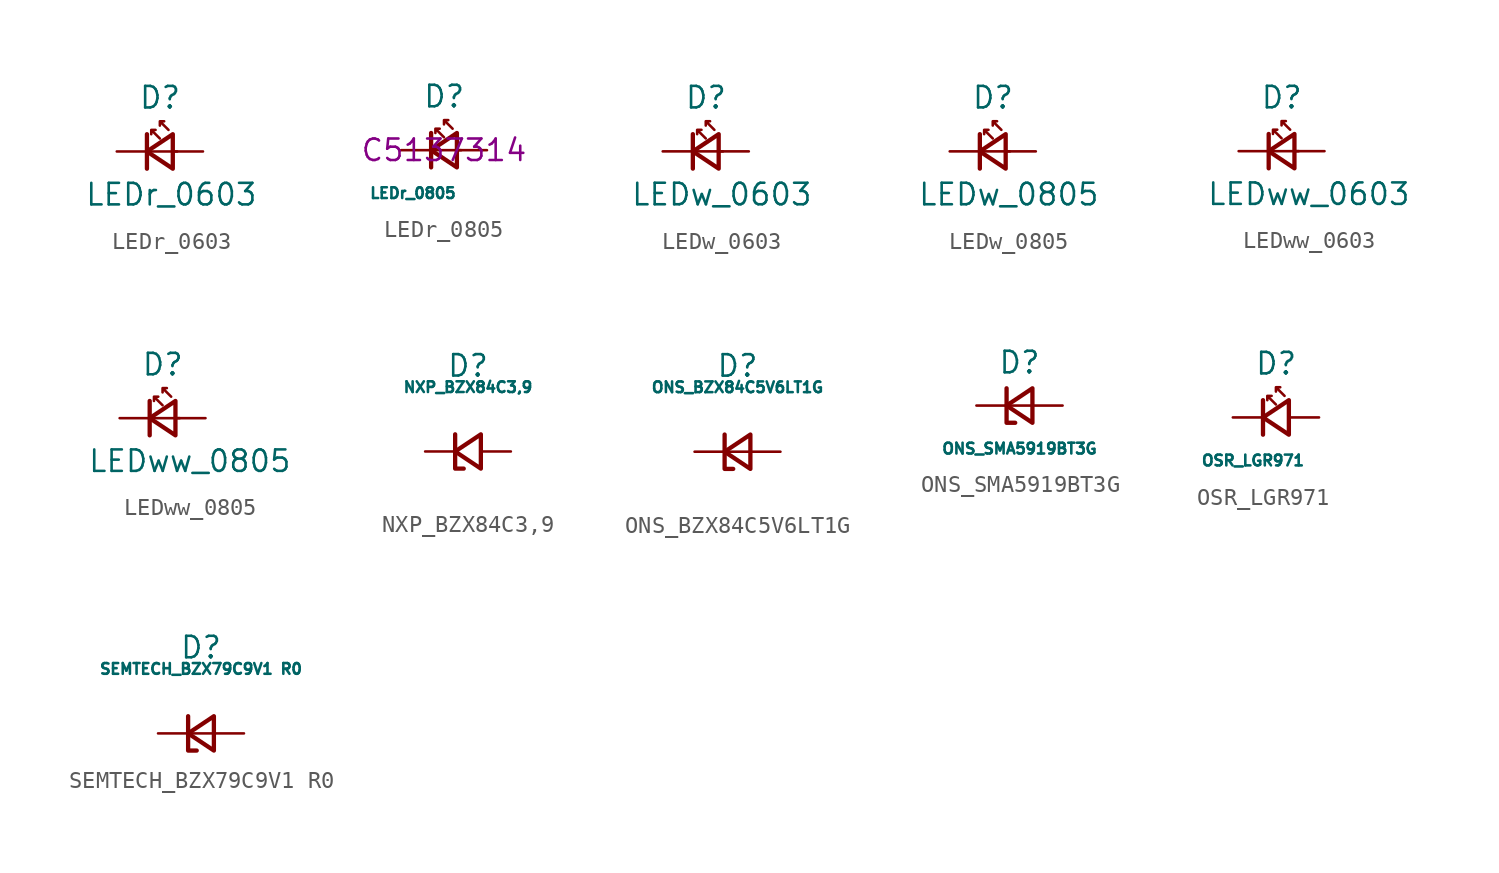
<source format=kicad_sym>
(kicad_symbol_lib
  (version 20220914)
  (generator kicad_symbol_editor)
  (symbol "LEDr_0603"
    (pin_numbers hide)
    (pin_names
      (offset 0.254) hide)
    (property "Reference" "D"
      (at -1.27 3.175 0)
      (effects (font (size 1.27 1.27)) (justify left)))
    (property "Value" "LEDr_0603"
      (at -4.445 -2.54 0)
      (effects (font (size 1.27 1.27)) (justify left)))
    (symbol "LEDr_0603_0_1"
      (polyline (pts (xy -0.762 -1.016) (xy -0.762 1.016)) (stroke (width 0.254) (type default)) (fill (type none)))
      (polyline (pts (xy 1.016 0) (xy -0.762 0)) (stroke (width 0) (type default)) (fill (type none)))
      (polyline (pts (xy 0.762 -1.016) (xy -0.762 0) (xy 0.762 1.016) (xy 0.762 -1.016)) (stroke (width 0.254) (type default)) (fill (type none)))
      (polyline (pts (xy 0 0.762) (xy -0.508 1.27) (xy -0.254 1.27) (xy -0.508 1.27) (xy -0.508 1.016)) (stroke (width 0) (type default)) (fill (type none)))
      (polyline (pts (xy 0.508 1.27) (xy 0 1.778) (xy 0.254 1.778) (xy 0 1.778) (xy 0 1.524)) (stroke (width 0) (type default)) (fill (type none))))
    (symbol "LEDr_0603_1_1"
      (pin passive line (at -2.54 0 0) (length 1.778) (name "K" (effects (font (size 1.27 1.27)))) (number "1" (effects (font (size 1.27 1.27)))))
      (pin passive line (at 2.54 0 180) (length 1.778) (name "A" (effects (font (size 1.27 1.27)))) (number "2" (effects (font (size 1.27 1.27)))))))
  (symbol "LEDr_0805"
    (pin_numbers hide)
    (pin_names
      (offset 0.254) hide)
    (property "Reference" "D"
      (at -1.27 3.175 0)
      (effects (font (size 1.27 1.27)) (justify left)))
    (property "Value" "LEDr_0805"
      (at -4.445 -2.54 0)
      (effects (font (size 0.635 0.635)) (justify left)))
    (property "Supplier 1 ID" "C5137314"
      (at 0 0 0)
      (effects (font (size 1.27 1.27))))
    (symbol "LEDr_0805_0_1"
      (polyline (pts (xy -0.762 -1.016) (xy -0.762 1.016)) (stroke (width 0.254) (type default)) (fill (type none)))
      (polyline (pts (xy 1.016 0) (xy -0.762 0)) (stroke (width 0) (type default)) (fill (type none)))
      (polyline (pts (xy 0.762 -1.016) (xy -0.762 0) (xy 0.762 1.016) (xy 0.762 -1.016)) (stroke (width 0.254) (type default)) (fill (type none)))
      (polyline (pts (xy 0 0.762) (xy -0.508 1.27) (xy -0.254 1.27) (xy -0.508 1.27) (xy -0.508 1.016)) (stroke (width 0) (type default)) (fill (type none)))
      (polyline (pts (xy 0.508 1.27) (xy 0 1.778) (xy 0.254 1.778) (xy 0 1.778) (xy 0 1.524)) (stroke (width 0) (type default)) (fill (type none))))
    (symbol "LEDr_0805_1_1"
      (pin passive line (at -2.54 0 0) (length 1.778) (name "K" (effects (font (size 1.27 1.27)))) (number "1" (effects (font (size 1.27 1.27)))))
      (pin passive line (at 2.54 0 180) (length 1.778) (name "A" (effects (font (size 1.27 1.27)))) (number "2" (effects (font (size 1.27 1.27)))))))
  (symbol "LEDw_0603"
    (pin_numbers hide)
    (pin_names
      (offset 0.254) hide)
    (property "Reference" "D"
      (at -1.27 3.175 0)
      (effects (font (size 1.27 1.27)) (justify left)))
    (property "Value" "LEDw_0603"
      (at -4.445 -2.54 0)
      (effects (font (size 1.27 1.27)) (justify left)))
    (symbol "LEDw_0603_0_1"
      (polyline (pts (xy -0.762 -1.016) (xy -0.762 1.016)) (stroke (width 0.254) (type default)) (fill (type none)))
      (polyline (pts (xy 1.016 0) (xy -0.762 0)) (stroke (width 0) (type default)) (fill (type none)))
      (polyline (pts (xy 0.762 -1.016) (xy -0.762 0) (xy 0.762 1.016) (xy 0.762 -1.016)) (stroke (width 0.254) (type default)) (fill (type none)))
      (polyline (pts (xy 0 0.762) (xy -0.508 1.27) (xy -0.254 1.27) (xy -0.508 1.27) (xy -0.508 1.016)) (stroke (width 0) (type default)) (fill (type none)))
      (polyline (pts (xy 0.508 1.27) (xy 0 1.778) (xy 0.254 1.778) (xy 0 1.778) (xy 0 1.524)) (stroke (width 0) (type default)) (fill (type none))))
    (symbol "LEDw_0603_1_1"
      (pin passive line (at -2.54 0 0) (length 1.778) (name "K" (effects (font (size 1.27 1.27)))) (number "1" (effects (font (size 1.27 1.27)))))
      (pin passive line (at 2.54 0 180) (length 1.778) (name "A" (effects (font (size 1.27 1.27)))) (number "2" (effects (font (size 1.27 1.27)))))))
  (symbol "LEDw_0805"
    (pin_numbers hide)
    (pin_names
      (offset 0.254) hide)
    (property "Reference" "D"
      (at -1.27 3.175 0)
      (effects (font (size 1.27 1.27)) (justify left)))
    (property "Value" "LEDw_0805"
      (at -4.445 -2.54 0)
      (effects (font (size 1.27 1.27)) (justify left)))
    (symbol "LEDw_0805_0_1"
      (polyline (pts (xy -0.762 -1.016) (xy -0.762 1.016)) (stroke (width 0.254) (type default)) (fill (type none)))
      (polyline (pts (xy 1.016 0) (xy -0.762 0)) (stroke (width 0) (type default)) (fill (type none)))
      (polyline (pts (xy 0.762 -1.016) (xy -0.762 0) (xy 0.762 1.016) (xy 0.762 -1.016)) (stroke (width 0.254) (type default)) (fill (type none)))
      (polyline (pts (xy 0 0.762) (xy -0.508 1.27) (xy -0.254 1.27) (xy -0.508 1.27) (xy -0.508 1.016)) (stroke (width 0) (type default)) (fill (type none)))
      (polyline (pts (xy 0.508 1.27) (xy 0 1.778) (xy 0.254 1.778) (xy 0 1.778) (xy 0 1.524)) (stroke (width 0) (type default)) (fill (type none))))
    (symbol "LEDw_0805_1_1"
      (pin passive line (at -2.54 0 0) (length 1.778) (name "K" (effects (font (size 1.27 1.27)))) (number "1" (effects (font (size 1.27 1.27)))))
      (pin passive line (at 2.54 0 180) (length 1.778) (name "A" (effects (font (size 1.27 1.27)))) (number "2" (effects (font (size 1.27 1.27)))))))
  (symbol "LEDww_0603"
    (pin_numbers hide)
    (pin_names
      (offset 0.254) hide)
    (property "Reference" "D"
      (at -1.27 3.175 0)
      (effects (font (size 1.27 1.27)) (justify left)))
    (property "Value" "LEDww_0603"
      (at -4.445 -2.54 0)
      (effects (font (size 1.27 1.27)) (justify left)))
    (symbol "LEDww_0603_0_1"
      (polyline (pts (xy -0.762 -1.016) (xy -0.762 1.016)) (stroke (width 0.254) (type default)) (fill (type none)))
      (polyline (pts (xy 1.016 0) (xy -0.762 0)) (stroke (width 0) (type default)) (fill (type none)))
      (polyline (pts (xy 0.762 -1.016) (xy -0.762 0) (xy 0.762 1.016) (xy 0.762 -1.016)) (stroke (width 0.254) (type default)) (fill (type none)))
      (polyline (pts (xy 0 0.762) (xy -0.508 1.27) (xy -0.254 1.27) (xy -0.508 1.27) (xy -0.508 1.016)) (stroke (width 0) (type default)) (fill (type none)))
      (polyline (pts (xy 0.508 1.27) (xy 0 1.778) (xy 0.254 1.778) (xy 0 1.778) (xy 0 1.524)) (stroke (width 0) (type default)) (fill (type none))))
    (symbol "LEDww_0603_1_1"
      (pin passive line (at -2.54 0 0) (length 1.778) (name "K" (effects (font (size 1.27 1.27)))) (number "1" (effects (font (size 1.27 1.27)))))
      (pin passive line (at 2.54 0 180) (length 1.778) (name "A" (effects (font (size 1.27 1.27)))) (number "2" (effects (font (size 1.27 1.27)))))))
  (symbol "LEDww_0805"
    (pin_numbers hide)
    (pin_names
      (offset 0.254) hide)
    (property "Reference" "D"
      (at -1.27 3.175 0)
      (effects (font (size 1.27 1.27)) (justify left)))
    (property "Value" "LEDww_0805"
      (at -4.445 -2.54 0)
      (effects (font (size 1.27 1.27)) (justify left)))
    (symbol "LEDww_0805_0_1"
      (polyline (pts (xy -0.762 -1.016) (xy -0.762 1.016)) (stroke (width 0.254) (type default)) (fill (type none)))
      (polyline (pts (xy 1.016 0) (xy -0.762 0)) (stroke (width 0) (type default)) (fill (type none)))
      (polyline (pts (xy 0.762 -1.016) (xy -0.762 0) (xy 0.762 1.016) (xy 0.762 -1.016)) (stroke (width 0.254) (type default)) (fill (type none)))
      (polyline (pts (xy 0 0.762) (xy -0.508 1.27) (xy -0.254 1.27) (xy -0.508 1.27) (xy -0.508 1.016)) (stroke (width 0) (type default)) (fill (type none)))
      (polyline (pts (xy 0.508 1.27) (xy 0 1.778) (xy 0.254 1.778) (xy 0 1.778) (xy 0 1.524)) (stroke (width 0) (type default)) (fill (type none))))
    (symbol "LEDww_0805_1_1"
      (pin passive line (at -2.54 0 0) (length 1.778) (name "K" (effects (font (size 1.27 1.27)))) (number "1" (effects (font (size 1.27 1.27)))))
      (pin passive line (at 2.54 0 180) (length 1.778) (name "A" (effects (font (size 1.27 1.27)))) (number "2" (effects (font (size 1.27 1.27)))))))
  (symbol "NXP_BZX84C3,9"
    (pin_numbers hide)
    (pin_names hide)
    (property "Reference" "D"
      (at 0 5.08 0)
      (effects (font (size 1.27 1.27))))
    (property "Value" "NXP_BZX84C3,9"
      (at 0 3.81 0)
      (effects (font (size 0.635 0.635))))
    (symbol "NXP_BZX84C3,9_0_0"
      (pin no_connect line (at 2.54 -2.54 180) (length 2.54) hide (name "" (effects (font (size 1.27 1.27)))) (number "2" (effects (font (size 1.27 1.27))))))
    (symbol "NXP_BZX84C3,9_1_1"
      (polyline (pts (xy 0.762 -1.016) (xy -0.762 0) (xy 0.762 1.016) (xy 0.762 -1.016)) (stroke (width 0.254) (type default)) (fill (type none)))
      (polyline (pts (xy -0.762 1.016) (xy -0.762 1.016) (xy -0.762 1.016) (xy -0.762 -1.016) (xy -0.254 -1.016) (xy -0.254 -1.016)) (stroke (width 0.254) (type default)) (fill (type none)))
      (pin passive line (at 2.54 0 180) (length 1.778) (name "A" (effects (font (size 1.27 1.27)))) (number "1" (effects (font (size 1.27 1.27)))))
      (pin passive line (at -2.54 0 0) (length 1.778) (name "K" (effects (font (size 1.27 1.27)))) (number "3" (effects (font (size 1.27 1.27)))))))
  (symbol "ONS_BZX84C5V6LT1G"
    (pin_numbers hide)
    (pin_names hide)
    (property "Reference" "D"
      (at 0 5.08 0)
      (effects (font (size 1.27 1.27))))
    (property "Value" "ONS_BZX84C5V6LT1G"
      (at 0 3.81 0)
      (effects (font (size 0.635 0.635))))
    (symbol "ONS_BZX84C5V6LT1G_0_0"
      (pin no_connect line (at 2.54 -2.54 180) (length 2.54) hide (name "" (effects (font (size 1.27 1.27)))) (number "2" (effects (font (size 1.27 1.27))))))
    (symbol "ONS_BZX84C5V6LT1G_1_1"
      (polyline (pts (xy -0.762 0) (xy 0.762 0)) (stroke (width 0) (type default)) (fill (type none)))
      (polyline (pts (xy 0.762 -1.016) (xy -0.762 0) (xy 0.762 1.016) (xy 0.762 -1.016)) (stroke (width 0.254) (type default)) (fill (type none)))
      (polyline (pts (xy -0.762 1.016) (xy -0.762 1.016) (xy -0.762 1.016) (xy -0.762 -1.016) (xy -0.254 -1.016) (xy -0.254 -1.016)) (stroke (width 0.254) (type default)) (fill (type none)))
      (pin passive line (at 2.54 0 180) (length 1.778) (name "A" (effects (font (size 1.27 1.27)))) (number "1" (effects (font (size 1.27 1.27)))))
      (pin passive line (at -2.54 0 0) (length 1.778) (name "K" (effects (font (size 1.27 1.27)))) (number "3" (effects (font (size 1.27 1.27)))))))
  (symbol "ONS_SMA5919BT3G"
    (pin_numbers hide)
    (pin_names hide)
    (property "Reference" "D"
      (at 0 2.54 0)
      (effects (font (size 1.27 1.27))))
    (property "Value" "ONS_SMA5919BT3G"
      (at 0 -2.54 0)
      (effects (font (size 0.635 0.635))))
    (symbol "ONS_SMA5919BT3G_1_1"
      (polyline (pts (xy -0.762 0) (xy 0.762 0)) (stroke (width 0) (type default)) (fill (type none)))
      (polyline (pts (xy 0.762 -1.016) (xy -0.762 0) (xy 0.762 1.016) (xy 0.762 -1.016)) (stroke (width 0.254) (type default)) (fill (type none)))
      (polyline (pts (xy -0.762 1.016) (xy -0.762 1.016) (xy -0.762 1.016) (xy -0.762 -1.016) (xy -0.254 -1.016) (xy -0.254 -1.016)) (stroke (width 0.254) (type default)) (fill (type none)))
      (pin passive line (at -2.54 0 0) (length 1.778) (name "K" (effects (font (size 1.27 1.27)))) (number "1" (effects (font (size 1.27 1.27)))))
      (pin passive line (at 2.54 0 180) (length 1.778) (name "A" (effects (font (size 1.27 1.27)))) (number "2" (effects (font (size 1.27 1.27)))))))
  (symbol "OSR_LGR971"
    (pin_numbers hide)
    (pin_names
      (offset 0.254) hide)
    (property "Reference" "D"
      (at -1.27 3.175 0)
      (effects (font (size 1.27 1.27)) (justify left)))
    (property "Value" "OSR_LGR971"
      (at -4.445 -2.54 0)
      (effects (font (size 0.635 0.635)) (justify left)))
    (symbol "OSR_LGR971_0_1"
      (polyline (pts (xy -0.762 -1.016) (xy -0.762 1.016)) (stroke (width 0.254) (type default)) (fill (type none)))
      (polyline (pts (xy 0.762 -1.016) (xy -0.762 0) (xy 0.762 1.016) (xy 0.762 -1.016)) (stroke (width 0.254) (type default)) (fill (type none)))
      (polyline (pts (xy 0 0.762) (xy -0.508 1.27) (xy -0.254 1.27) (xy -0.508 1.27) (xy -0.508 1.016)) (stroke (width 0) (type default)) (fill (type none)))
      (polyline (pts (xy 0.508 1.27) (xy 0 1.778) (xy 0.254 1.778) (xy 0 1.778) (xy 0 1.524)) (stroke (width 0) (type default)) (fill (type none))))
    (symbol "OSR_LGR971_1_1"
      (pin passive line (at -2.54 0 0) (length 1.778) (name "K" (effects (font (size 1.27 1.27)))) (number "1" (effects (font (size 1.27 1.27)))))
      (pin passive line (at 2.54 0 180) (length 1.778) (name "A" (effects (font (size 1.27 1.27)))) (number "2" (effects (font (size 1.27 1.27)))))))
  (symbol "SEMTECH_BZX79C9V1 R0"
    (pin_numbers hide)
    (pin_names hide)
    (property "Reference" "D"
      (at 0 5.08 0)
      (effects (font (size 1.27 1.27))))
    (property "Value" "SEMTECH_BZX79C9V1 R0"
      (at 0 3.81 0)
      (effects (font (size 0.635 0.635))))
    (symbol "SEMTECH_BZX79C9V1 R0_1_1"
      (polyline (pts (xy -0.762 0) (xy 0.762 0)) (stroke (width 0) (type default)) (fill (type none)))
      (polyline (pts (xy 0.762 -1.016) (xy -0.762 0) (xy 0.762 1.016) (xy 0.762 -1.016)) (stroke (width 0.254) (type default)) (fill (type none)))
      (polyline (pts (xy -0.762 1.016) (xy -0.762 1.016) (xy -0.762 1.016) (xy -0.762 -1.016) (xy -0.254 -1.016) (xy -0.254 -1.016)) (stroke (width 0.254) (type default)) (fill (type none)))
      (pin passive line (at 2.54 0 180) (length 1.778) (name "A" (effects (font (size 1.27 1.27)))) (number "1" (effects (font (size 1.27 1.27)))))
      (pin passive line (at -2.54 0 0) (length 1.778) (name "K" (effects (font (size 1.27 1.27)))) (number "2" (effects (font (size 1.27 1.27))))))))
</source>
